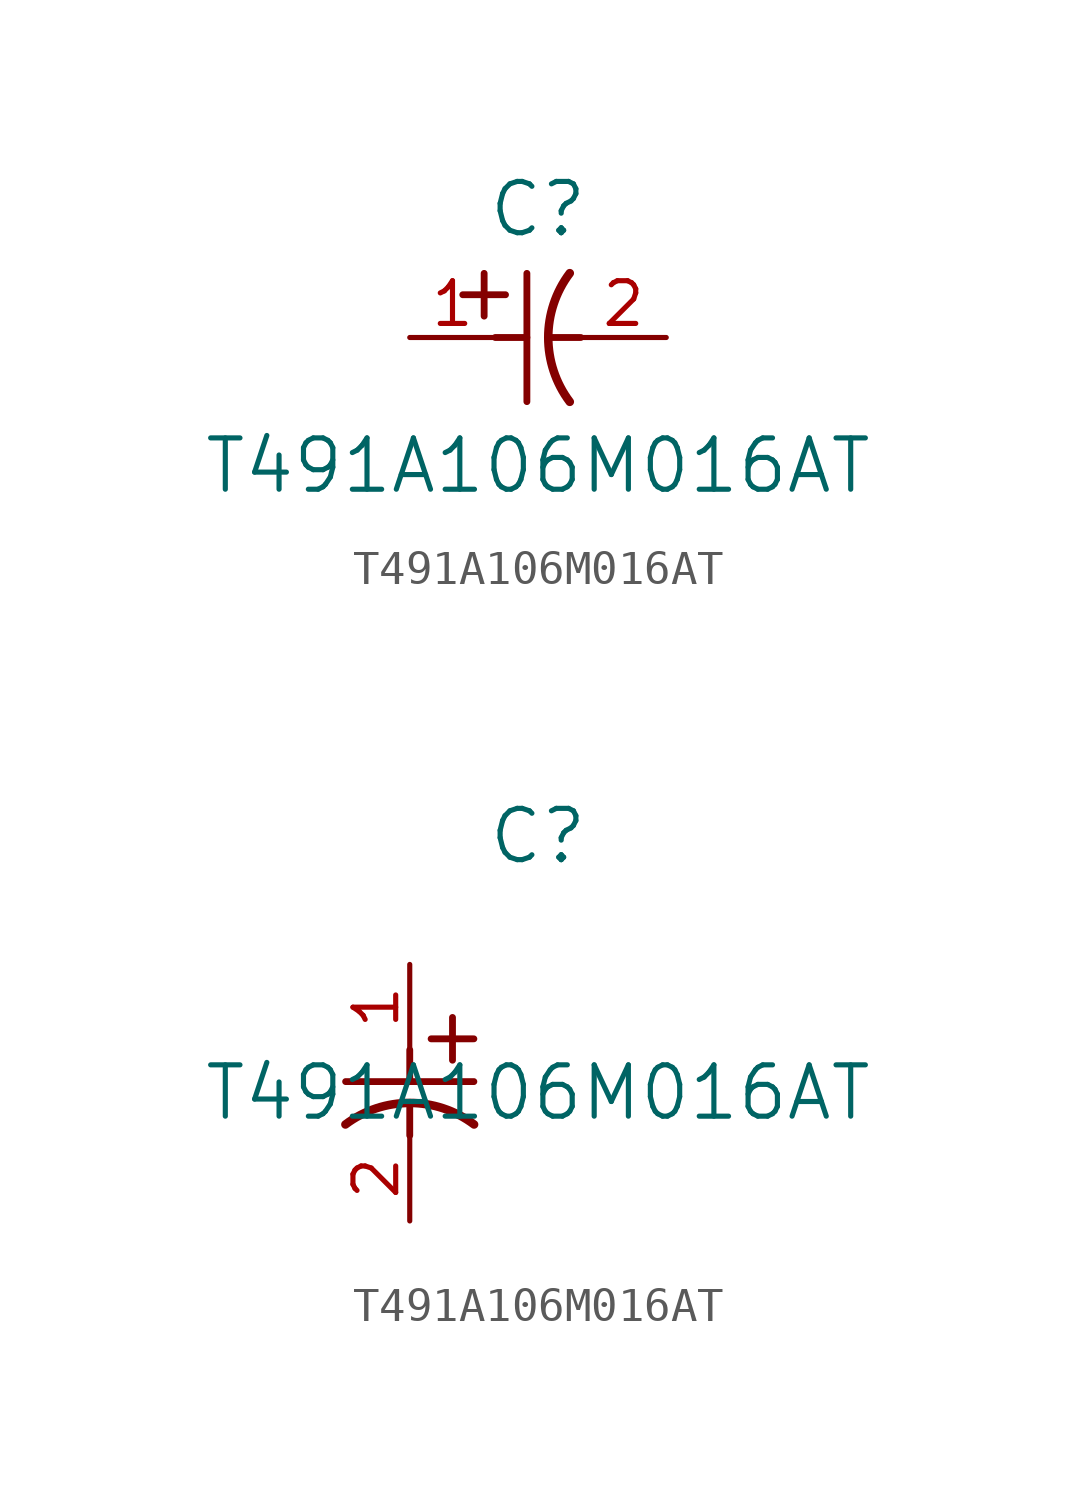
<source format=kicad_sym>
(kicad_symbol_lib
  (version 20211014)
  (generator kicad_symbol_editor)
  (symbol "T491A106M016AT"
    (pin_names
      (offset 0.254))
    (property "Reference" "C"
      (at 3.81 3.81 0)
      (effects (font (size 1.524 1.524))))
    (property "Value" "T491A106M016AT"
      (at 3.81 -3.81 0)
      (effects (font (size 1.524 1.524))))
    (symbol "T491A106M016AT_1_1"
      (polyline (pts (xy 2.21 0.635) (xy 2.21 1.905)) (stroke (width 0.203) (type default) (color 0 0 0 0)) (fill (type none)))
      (arc (start 4.754132 1.910763) (mid 4.1148 0) (end 4.754132 -1.910763) (stroke (width 0.254) (type default) (color 0 0 0 0)) (fill (type none)))
      (polyline (pts (xy 4.115 0) (xy 5.08 0)) (stroke (width 0.203) (type default) (color 0 0 0 0)) (fill (type none)))
      (polyline (pts (xy 3.48 -1.905) (xy 3.48 1.905)) (stroke (width 0.203) (type default) (color 0 0 0 0)) (fill (type none)))
      (polyline (pts (xy 1.575 1.27) (xy 2.845 1.27)) (stroke (width 0.203) (type default) (color 0 0 0 0)) (fill (type none)))
      (polyline (pts (xy 2.54 0) (xy 3.48 0)) (stroke (width 0.203) (type default) (color 0 0 0 0)) (fill (type none)))
      (pin unspecified line (at 0 0 0) (length 2.54) (name "" (effects (font (size 1.27 1.27)))) (number "1" (effects (font (size 1.27 1.27)))))
      (pin unspecified line (at 7.62 0 180) (length 2.54) (name "" (effects (font (size 1.27 1.27)))) (number "2" (effects (font (size 1.27 1.27))))))
    (symbol "T491A106M016AT_1_2"
      (polyline (pts (xy 0 -2.54) (xy 0 -3.48)) (stroke (width 0.203) (type default) (color 0 0 0 0)) (fill (type none)))
      (arc (start 1.910763 -4.754132) (mid 0 -4.1148) (end -1.910763 -4.754132) (stroke (width 0.254) (type default) (color 0 0 0 0)) (fill (type none)))
      (polyline (pts (xy -1.905 -3.48) (xy 1.905 -3.48)) (stroke (width 0.203) (type default) (color 0 0 0 0)) (fill (type none)))
      (polyline (pts (xy 0.635 -2.21) (xy 1.905 -2.21)) (stroke (width 0.203) (type default) (color 0 0 0 0)) (fill (type none)))
      (polyline (pts (xy 1.27 -1.575) (xy 1.27 -2.845)) (stroke (width 0.203) (type default) (color 0 0 0 0)) (fill (type none)))
      (polyline (pts (xy 0 -4.115) (xy 0 -5.08)) (stroke (width 0.203) (type default) (color 0 0 0 0)) (fill (type none)))
      (pin unspecified line (at 0 0 270) (length 2.54) (name "" (effects (font (size 1.27 1.27)))) (number "1" (effects (font (size 1.27 1.27)))))
      (pin unspecified line (at 0 -7.62 90) (length 2.54) (name "" (effects (font (size 1.27 1.27)))) (number "2" (effects (font (size 1.27 1.27))))))))
</source>
